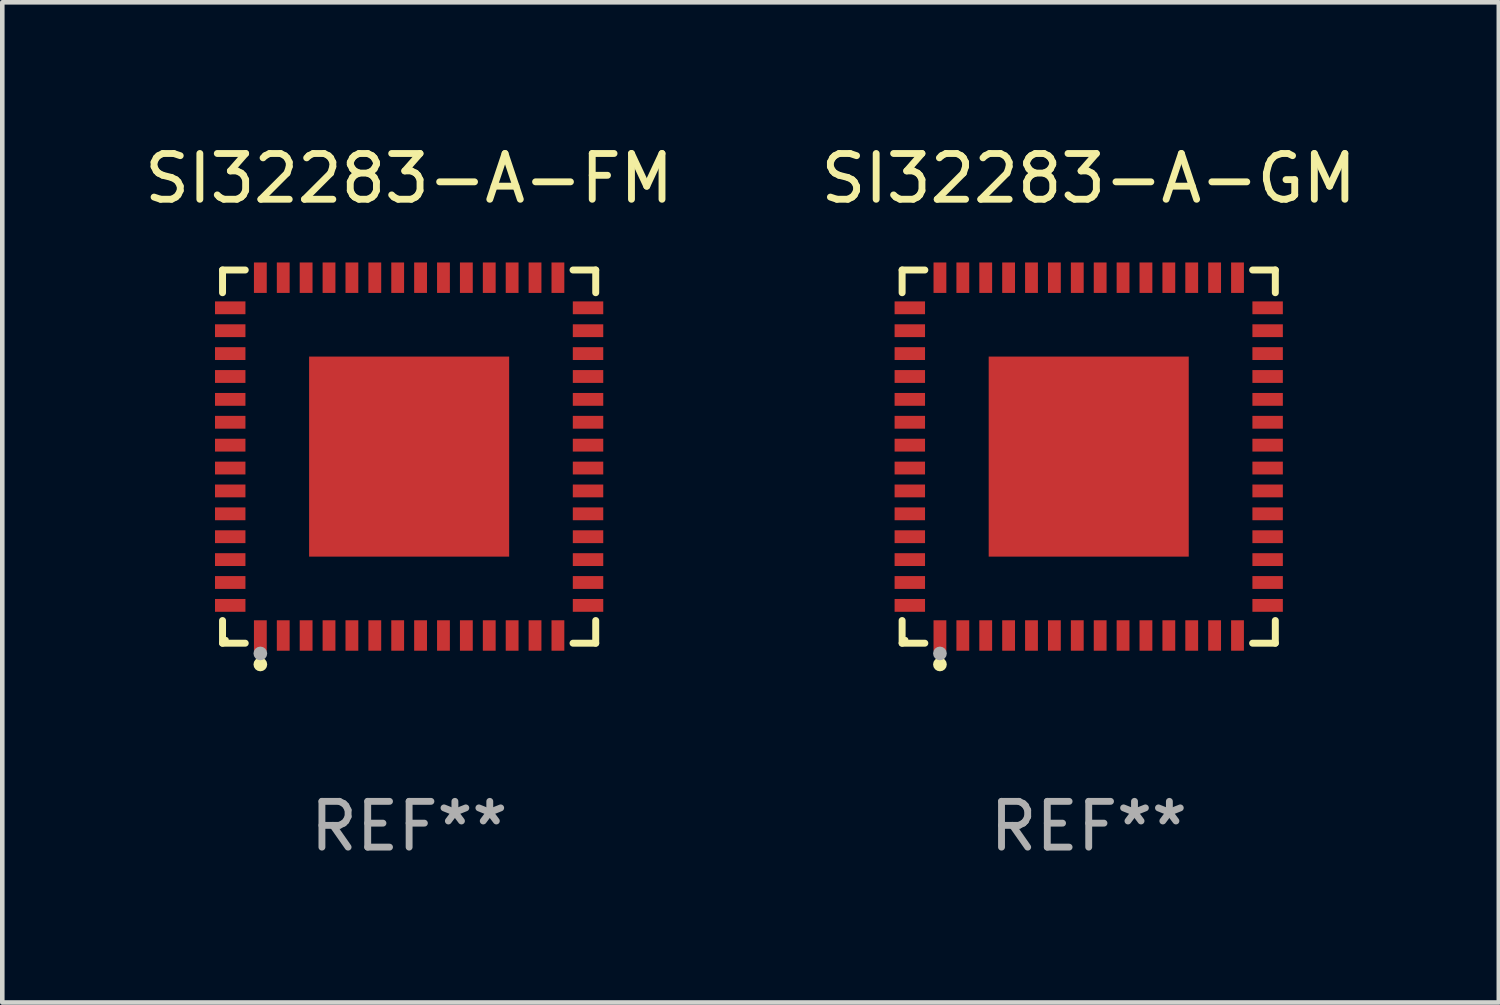
<source format=kicad_pcb>
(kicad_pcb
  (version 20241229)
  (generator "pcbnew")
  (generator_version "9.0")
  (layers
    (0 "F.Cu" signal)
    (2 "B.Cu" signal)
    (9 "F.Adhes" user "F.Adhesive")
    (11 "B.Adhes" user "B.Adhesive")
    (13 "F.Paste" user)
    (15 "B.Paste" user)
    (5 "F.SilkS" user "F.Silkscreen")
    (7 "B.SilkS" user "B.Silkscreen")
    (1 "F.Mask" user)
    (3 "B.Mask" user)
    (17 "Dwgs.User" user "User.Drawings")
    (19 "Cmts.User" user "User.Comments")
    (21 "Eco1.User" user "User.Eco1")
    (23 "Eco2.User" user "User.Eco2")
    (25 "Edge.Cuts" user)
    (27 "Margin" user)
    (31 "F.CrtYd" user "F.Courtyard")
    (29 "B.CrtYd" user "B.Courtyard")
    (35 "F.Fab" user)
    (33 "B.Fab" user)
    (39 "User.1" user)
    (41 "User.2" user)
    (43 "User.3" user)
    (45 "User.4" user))
  (footprint "SI32283-A-FM"
    (layer "F.Cu")
    (at 5.887 6.924)
    (property "Reference" "SI32283-A-FM" (at 0 -6.076 0) (layer "F.SilkS") (effects (font (size 1 1) (thickness 0.15))))
    (attr through_hole)
    (fp_line (start -4.076 -4.076) (end -3.58 -4.076) (stroke (width 0.152) (type solid)) (layer "F.SilkS"))
    (fp_line (start -4.076 -3.58) (end -4.076 -4.076) (stroke (width 0.152) (type solid)) (layer "F.SilkS"))
    (fp_line (start -4.076 3.581) (end -4.076 4.076) (stroke (width 0.152) (type solid)) (layer "F.SilkS"))
    (fp_line (start -4.076 4.076) (end -3.58 4.076) (stroke (width 0.152) (type solid)) (layer "F.SilkS"))
    (fp_line (start 4.076 -4.076) (end 3.58 -4.076) (stroke (width 0.152) (type solid)) (layer "F.SilkS"))
    (fp_line (start 4.076 -3.58) (end 4.076 -4.076) (stroke (width 0.152) (type solid)) (layer "F.SilkS"))
    (fp_line (start 4.076 3.581) (end 4.076 4.076) (stroke (width 0.152) (type solid)) (layer "F.SilkS"))
    (fp_line (start 4.076 4.076) (end 3.58 4.076) (stroke (width 0.152) (type solid)) (layer "F.SilkS"))
    (fp_circle (center -4 4) (end -3.97 4) (stroke (width 0.06) (type solid)) (fill no) (layer "F.SilkS"))
    (fp_circle (center -3.25 4.54) (end -3.175 4.54) (stroke (width 0.15) (type solid)) (fill no) (layer "F.SilkS"))
    (fp_circle (center -3.25 4.3) (end -3.175 4.3) (stroke (width 0.15) (type solid)) (fill no) (layer "F.Fab"))
    (fp_text user "REF**" (at 0 8.076 0) (layer "F.Fab") (effects (font (size 1 1) (thickness 0.15))))
    (pad "1" smd rect (at -3.25 3.908) (size 0.28 0.665) (layers "F.Cu" "F.Mask" "F.Paste"))
    (pad "2" smd rect (at -2.75 3.908) (size 0.28 0.665) (layers "F.Cu" "F.Mask" "F.Paste"))
    (pad "3" smd rect (at -2.25 3.908) (size 0.28 0.665) (layers "F.Cu" "F.Mask" "F.Paste"))
    (pad "4" smd rect (at -1.75 3.908) (size 0.28 0.665) (layers "F.Cu" "F.Mask" "F.Paste"))
    (pad "5" smd rect (at -1.25 3.908) (size 0.28 0.665) (layers "F.Cu" "F.Mask" "F.Paste"))
    (pad "6" smd rect (at -0.75 3.908) (size 0.28 0.665) (layers "F.Cu" "F.Mask" "F.Paste"))
    (pad "7" smd rect (at -0.25 3.908) (size 0.28 0.665) (layers "F.Cu" "F.Mask" "F.Paste"))
    (pad "8" smd rect (at 0.25 3.908) (size 0.28 0.665) (layers "F.Cu" "F.Mask" "F.Paste"))
    (pad "9" smd rect (at 0.75 3.908) (size 0.28 0.665) (layers "F.Cu" "F.Mask" "F.Paste"))
    (pad "10" smd rect (at 1.25 3.908) (size 0.28 0.665) (layers "F.Cu" "F.Mask" "F.Paste"))
    (pad "11" smd rect (at 1.75 3.908) (size 0.28 0.665) (layers "F.Cu" "F.Mask" "F.Paste"))
    (pad "12" smd rect (at 2.25 3.908) (size 0.28 0.665) (layers "F.Cu" "F.Mask" "F.Paste"))
    (pad "13" smd rect (at 2.75 3.908) (size 0.28 0.665) (layers "F.Cu" "F.Mask" "F.Paste"))
    (pad "14" smd rect (at 3.25 3.908) (size 0.28 0.665) (layers "F.Cu" "F.Mask" "F.Paste"))
    (pad "15" smd rect (at 3.908 3.25) (size 0.665 0.28) (layers "F.Cu" "F.Mask" "F.Paste"))
    (pad "16" smd rect (at 3.908 2.75) (size 0.665 0.28) (layers "F.Cu" "F.Mask" "F.Paste"))
    (pad "17" smd rect (at 3.908 2.25) (size 0.665 0.28) (layers "F.Cu" "F.Mask" "F.Paste"))
    (pad "18" smd rect (at 3.908 1.75) (size 0.665 0.28) (layers "F.Cu" "F.Mask" "F.Paste"))
    (pad "19" smd rect (at 3.908 1.25) (size 0.665 0.28) (layers "F.Cu" "F.Mask" "F.Paste"))
    (pad "20" smd rect (at 3.908 0.75) (size 0.665 0.28) (layers "F.Cu" "F.Mask" "F.Paste"))
    (pad "21" smd rect (at 3.908 0.25) (size 0.665 0.28) (layers "F.Cu" "F.Mask" "F.Paste"))
    (pad "22" smd rect (at 3.908 -0.25) (size 0.665 0.28) (layers "F.Cu" "F.Mask" "F.Paste"))
    (pad "23" smd rect (at 3.908 -0.75) (size 0.665 0.28) (layers "F.Cu" "F.Mask" "F.Paste"))
    (pad "24" smd rect (at 3.908 -1.25) (size 0.665 0.28) (layers "F.Cu" "F.Mask" "F.Paste"))
    (pad "25" smd rect (at 3.908 -1.75) (size 0.665 0.28) (layers "F.Cu" "F.Mask" "F.Paste"))
    (pad "26" smd rect (at 3.908 -2.25) (size 0.665 0.28) (layers "F.Cu" "F.Mask" "F.Paste"))
    (pad "27" smd rect (at 3.908 -2.75) (size 0.665 0.28) (layers "F.Cu" "F.Mask" "F.Paste"))
    (pad "28" smd rect (at 3.908 -3.25) (size 0.665 0.28) (layers "F.Cu" "F.Mask" "F.Paste"))
    (pad "29" smd rect (at 3.25 -3.908) (size 0.28 0.665) (layers "F.Cu" "F.Mask" "F.Paste"))
    (pad "30" smd rect (at 2.75 -3.908) (size 0.28 0.665) (layers "F.Cu" "F.Mask" "F.Paste"))
    (pad "31" smd rect (at 2.25 -3.908) (size 0.28 0.665) (layers "F.Cu" "F.Mask" "F.Paste"))
    (pad "32" smd rect (at 1.75 -3.908) (size 0.28 0.665) (layers "F.Cu" "F.Mask" "F.Paste"))
    (pad "33" smd rect (at 1.25 -3.908) (size 0.28 0.665) (layers "F.Cu" "F.Mask" "F.Paste"))
    (pad "34" smd rect (at 0.75 -3.908) (size 0.28 0.665) (layers "F.Cu" "F.Mask" "F.Paste"))
    (pad "35" smd rect (at 0.25 -3.908) (size 0.28 0.665) (layers "F.Cu" "F.Mask" "F.Paste"))
    (pad "36" smd rect (at -0.25 -3.908) (size 0.28 0.665) (layers "F.Cu" "F.Mask" "F.Paste"))
    (pad "37" smd rect (at -0.75 -3.908) (size 0.28 0.665) (layers "F.Cu" "F.Mask" "F.Paste"))
    (pad "38" smd rect (at -1.25 -3.908) (size 0.28 0.665) (layers "F.Cu" "F.Mask" "F.Paste"))
    (pad "39" smd rect (at -1.75 -3.908) (size 0.28 0.665) (layers "F.Cu" "F.Mask" "F.Paste"))
    (pad "40" smd rect (at -2.25 -3.908) (size 0.28 0.665) (layers "F.Cu" "F.Mask" "F.Paste"))
    (pad "41" smd rect (at -2.75 -3.908) (size 0.28 0.665) (layers "F.Cu" "F.Mask" "F.Paste"))
    (pad "42" smd rect (at -3.25 -3.908) (size 0.28 0.665) (layers "F.Cu" "F.Mask" "F.Paste"))
    (pad "43" smd rect (at -3.908 -3.25) (size 0.665 0.28) (layers "F.Cu" "F.Mask" "F.Paste"))
    (pad "44" smd rect (at -3.908 -2.75) (size 0.665 0.28) (layers "F.Cu" "F.Mask" "F.Paste"))
    (pad "45" smd rect (at -3.908 -2.25) (size 0.665 0.28) (layers "F.Cu" "F.Mask" "F.Paste"))
    (pad "46" smd rect (at -3.908 -1.75) (size 0.665 0.28) (layers "F.Cu" "F.Mask" "F.Paste"))
    (pad "47" smd rect (at -3.908 -1.25) (size 0.665 0.28) (layers "F.Cu" "F.Mask" "F.Paste"))
    (pad "48" smd rect (at -3.908 -0.75) (size 0.665 0.28) (layers "F.Cu" "F.Mask" "F.Paste"))
    (pad "49" smd rect (at -3.908 -0.25) (size 0.665 0.28) (layers "F.Cu" "F.Mask" "F.Paste"))
    (pad "50" smd rect (at -3.908 0.25) (size 0.665 0.28) (layers "F.Cu" "F.Mask" "F.Paste"))
    (pad "51" smd rect (at -3.908 0.75) (size 0.665 0.28) (layers "F.Cu" "F.Mask" "F.Paste"))
    (pad "52" smd rect (at -3.908 1.25) (size 0.665 0.28) (layers "F.Cu" "F.Mask" "F.Paste"))
    (pad "53" smd rect (at -3.908 1.75) (size 0.665 0.28) (layers "F.Cu" "F.Mask" "F.Paste"))
    (pad "54" smd rect (at -3.908 2.25) (size 0.665 0.28) (layers "F.Cu" "F.Mask" "F.Paste"))
    (pad "55" smd rect (at -3.908 2.75) (size 0.665 0.28) (layers "F.Cu" "F.Mask" "F.Paste"))
    (pad "56" smd rect (at -3.908 3.25) (size 0.665 0.28) (layers "F.Cu" "F.Mask" "F.Paste"))
    (pad "57" smd rect (at 0 0.000025) (size 4.37 4.37) (layers "F.Cu" "F.Mask" "F.Paste")))
  (footprint "SI32283-A-GM"
    (layer "F.Cu")
    (at 20.732 6.924)
    (property "Reference" "SI32283-A-GM" (at 0 -6.076 0) (layer "F.SilkS") (effects (font (size 1 1) (thickness 0.15))))
    (attr through_hole)
    (fp_line (start -4.076 -4.076) (end -3.58 -4.076) (stroke (width 0.152) (type solid)) (layer "F.SilkS"))
    (fp_line (start -4.076 -3.58) (end -4.076 -4.076) (stroke (width 0.152) (type solid)) (layer "F.SilkS"))
    (fp_line (start -4.076 3.581) (end -4.076 4.076) (stroke (width 0.152) (type solid)) (layer "F.SilkS"))
    (fp_line (start -4.076 4.076) (end -3.58 4.076) (stroke (width 0.152) (type solid)) (layer "F.SilkS"))
    (fp_line (start 4.076 -4.076) (end 3.58 -4.076) (stroke (width 0.152) (type solid)) (layer "F.SilkS"))
    (fp_line (start 4.076 -3.58) (end 4.076 -4.076) (stroke (width 0.152) (type solid)) (layer "F.SilkS"))
    (fp_line (start 4.076 3.581) (end 4.076 4.076) (stroke (width 0.152) (type solid)) (layer "F.SilkS"))
    (fp_line (start 4.076 4.076) (end 3.58 4.076) (stroke (width 0.152) (type solid)) (layer "F.SilkS"))
    (fp_circle (center -4 4) (end -3.97 4) (stroke (width 0.06) (type solid)) (fill no) (layer "F.SilkS"))
    (fp_circle (center -3.25 4.54) (end -3.175 4.54) (stroke (width 0.15) (type solid)) (fill no) (layer "F.SilkS"))
    (fp_circle (center -3.25 4.3) (end -3.175 4.3) (stroke (width 0.15) (type solid)) (fill no) (layer "F.Fab"))
    (fp_text user "REF**" (at 0 8.076 0) (layer "F.Fab") (effects (font (size 1 1) (thickness 0.15))))
    (pad "1" smd rect (at -3.25 3.908) (size 0.28 0.665) (layers "F.Cu" "F.Mask" "F.Paste"))
    (pad "2" smd rect (at -2.75 3.908) (size 0.28 0.665) (layers "F.Cu" "F.Mask" "F.Paste"))
    (pad "3" smd rect (at -2.25 3.908) (size 0.28 0.665) (layers "F.Cu" "F.Mask" "F.Paste"))
    (pad "4" smd rect (at -1.75 3.908) (size 0.28 0.665) (layers "F.Cu" "F.Mask" "F.Paste"))
    (pad "5" smd rect (at -1.25 3.908) (size 0.28 0.665) (layers "F.Cu" "F.Mask" "F.Paste"))
    (pad "6" smd rect (at -0.75 3.908) (size 0.28 0.665) (layers "F.Cu" "F.Mask" "F.Paste"))
    (pad "7" smd rect (at -0.25 3.908) (size 0.28 0.665) (layers "F.Cu" "F.Mask" "F.Paste"))
    (pad "8" smd rect (at 0.25 3.908) (size 0.28 0.665) (layers "F.Cu" "F.Mask" "F.Paste"))
    (pad "9" smd rect (at 0.75 3.908) (size 0.28 0.665) (layers "F.Cu" "F.Mask" "F.Paste"))
    (pad "10" smd rect (at 1.25 3.908) (size 0.28 0.665) (layers "F.Cu" "F.Mask" "F.Paste"))
    (pad "11" smd rect (at 1.75 3.908) (size 0.28 0.665) (layers "F.Cu" "F.Mask" "F.Paste"))
    (pad "12" smd rect (at 2.25 3.908) (size 0.28 0.665) (layers "F.Cu" "F.Mask" "F.Paste"))
    (pad "13" smd rect (at 2.75 3.908) (size 0.28 0.665) (layers "F.Cu" "F.Mask" "F.Paste"))
    (pad "14" smd rect (at 3.25 3.908) (size 0.28 0.665) (layers "F.Cu" "F.Mask" "F.Paste"))
    (pad "15" smd rect (at 3.908 3.25) (size 0.665 0.28) (layers "F.Cu" "F.Mask" "F.Paste"))
    (pad "16" smd rect (at 3.908 2.75) (size 0.665 0.28) (layers "F.Cu" "F.Mask" "F.Paste"))
    (pad "17" smd rect (at 3.908 2.25) (size 0.665 0.28) (layers "F.Cu" "F.Mask" "F.Paste"))
    (pad "18" smd rect (at 3.908 1.75) (size 0.665 0.28) (layers "F.Cu" "F.Mask" "F.Paste"))
    (pad "19" smd rect (at 3.908 1.25) (size 0.665 0.28) (layers "F.Cu" "F.Mask" "F.Paste"))
    (pad "20" smd rect (at 3.908 0.75) (size 0.665 0.28) (layers "F.Cu" "F.Mask" "F.Paste"))
    (pad "21" smd rect (at 3.908 0.25) (size 0.665 0.28) (layers "F.Cu" "F.Mask" "F.Paste"))
    (pad "22" smd rect (at 3.908 -0.25) (size 0.665 0.28) (layers "F.Cu" "F.Mask" "F.Paste"))
    (pad "23" smd rect (at 3.908 -0.75) (size 0.665 0.28) (layers "F.Cu" "F.Mask" "F.Paste"))
    (pad "24" smd rect (at 3.908 -1.25) (size 0.665 0.28) (layers "F.Cu" "F.Mask" "F.Paste"))
    (pad "25" smd rect (at 3.908 -1.75) (size 0.665 0.28) (layers "F.Cu" "F.Mask" "F.Paste"))
    (pad "26" smd rect (at 3.908 -2.25) (size 0.665 0.28) (layers "F.Cu" "F.Mask" "F.Paste"))
    (pad "27" smd rect (at 3.908 -2.75) (size 0.665 0.28) (layers "F.Cu" "F.Mask" "F.Paste"))
    (pad "28" smd rect (at 3.908 -3.25) (size 0.665 0.28) (layers "F.Cu" "F.Mask" "F.Paste"))
    (pad "29" smd rect (at 3.25 -3.908) (size 0.28 0.665) (layers "F.Cu" "F.Mask" "F.Paste"))
    (pad "30" smd rect (at 2.75 -3.908) (size 0.28 0.665) (layers "F.Cu" "F.Mask" "F.Paste"))
    (pad "31" smd rect (at 2.25 -3.908) (size 0.28 0.665) (layers "F.Cu" "F.Mask" "F.Paste"))
    (pad "32" smd rect (at 1.75 -3.908) (size 0.28 0.665) (layers "F.Cu" "F.Mask" "F.Paste"))
    (pad "33" smd rect (at 1.25 -3.908) (size 0.28 0.665) (layers "F.Cu" "F.Mask" "F.Paste"))
    (pad "34" smd rect (at 0.75 -3.908) (size 0.28 0.665) (layers "F.Cu" "F.Mask" "F.Paste"))
    (pad "35" smd rect (at 0.25 -3.908) (size 0.28 0.665) (layers "F.Cu" "F.Mask" "F.Paste"))
    (pad "36" smd rect (at -0.25 -3.908) (size 0.28 0.665) (layers "F.Cu" "F.Mask" "F.Paste"))
    (pad "37" smd rect (at -0.75 -3.908) (size 0.28 0.665) (layers "F.Cu" "F.Mask" "F.Paste"))
    (pad "38" smd rect (at -1.25 -3.908) (size 0.28 0.665) (layers "F.Cu" "F.Mask" "F.Paste"))
    (pad "39" smd rect (at -1.75 -3.908) (size 0.28 0.665) (layers "F.Cu" "F.Mask" "F.Paste"))
    (pad "40" smd rect (at -2.25 -3.908) (size 0.28 0.665) (layers "F.Cu" "F.Mask" "F.Paste"))
    (pad "41" smd rect (at -2.75 -3.908) (size 0.28 0.665) (layers "F.Cu" "F.Mask" "F.Paste"))
    (pad "42" smd rect (at -3.25 -3.908) (size 0.28 0.665) (layers "F.Cu" "F.Mask" "F.Paste"))
    (pad "43" smd rect (at -3.908 -3.25) (size 0.665 0.28) (layers "F.Cu" "F.Mask" "F.Paste"))
    (pad "44" smd rect (at -3.908 -2.75) (size 0.665 0.28) (layers "F.Cu" "F.Mask" "F.Paste"))
    (pad "45" smd rect (at -3.908 -2.25) (size 0.665 0.28) (layers "F.Cu" "F.Mask" "F.Paste"))
    (pad "46" smd rect (at -3.908 -1.75) (size 0.665 0.28) (layers "F.Cu" "F.Mask" "F.Paste"))
    (pad "47" smd rect (at -3.908 -1.25) (size 0.665 0.28) (layers "F.Cu" "F.Mask" "F.Paste"))
    (pad "48" smd rect (at -3.908 -0.75) (size 0.665 0.28) (layers "F.Cu" "F.Mask" "F.Paste"))
    (pad "49" smd rect (at -3.908 -0.25) (size 0.665 0.28) (layers "F.Cu" "F.Mask" "F.Paste"))
    (pad "50" smd rect (at -3.908 0.25) (size 0.665 0.28) (layers "F.Cu" "F.Mask" "F.Paste"))
    (pad "51" smd rect (at -3.908 0.75) (size 0.665 0.28) (layers "F.Cu" "F.Mask" "F.Paste"))
    (pad "52" smd rect (at -3.908 1.25) (size 0.665 0.28) (layers "F.Cu" "F.Mask" "F.Paste"))
    (pad "53" smd rect (at -3.908 1.75) (size 0.665 0.28) (layers "F.Cu" "F.Mask" "F.Paste"))
    (pad "54" smd rect (at -3.908 2.25) (size 0.665 0.28) (layers "F.Cu" "F.Mask" "F.Paste"))
    (pad "55" smd rect (at -3.908 2.75) (size 0.665 0.28) (layers "F.Cu" "F.Mask" "F.Paste"))
    (pad "56" smd rect (at -3.908 3.25) (size 0.665 0.28) (layers "F.Cu" "F.Mask" "F.Paste"))
    (pad "57" smd rect (at 0 0.000025) (size 4.37 4.37) (layers "F.Cu" "F.Mask" "F.Paste")))
  (gr_rect
    (start -3 -3)
    (end 29.69 18.849)
    (stroke (width 0.1) (type default))
    (fill no)
    (layer "Edge.Cuts")))
</source>
